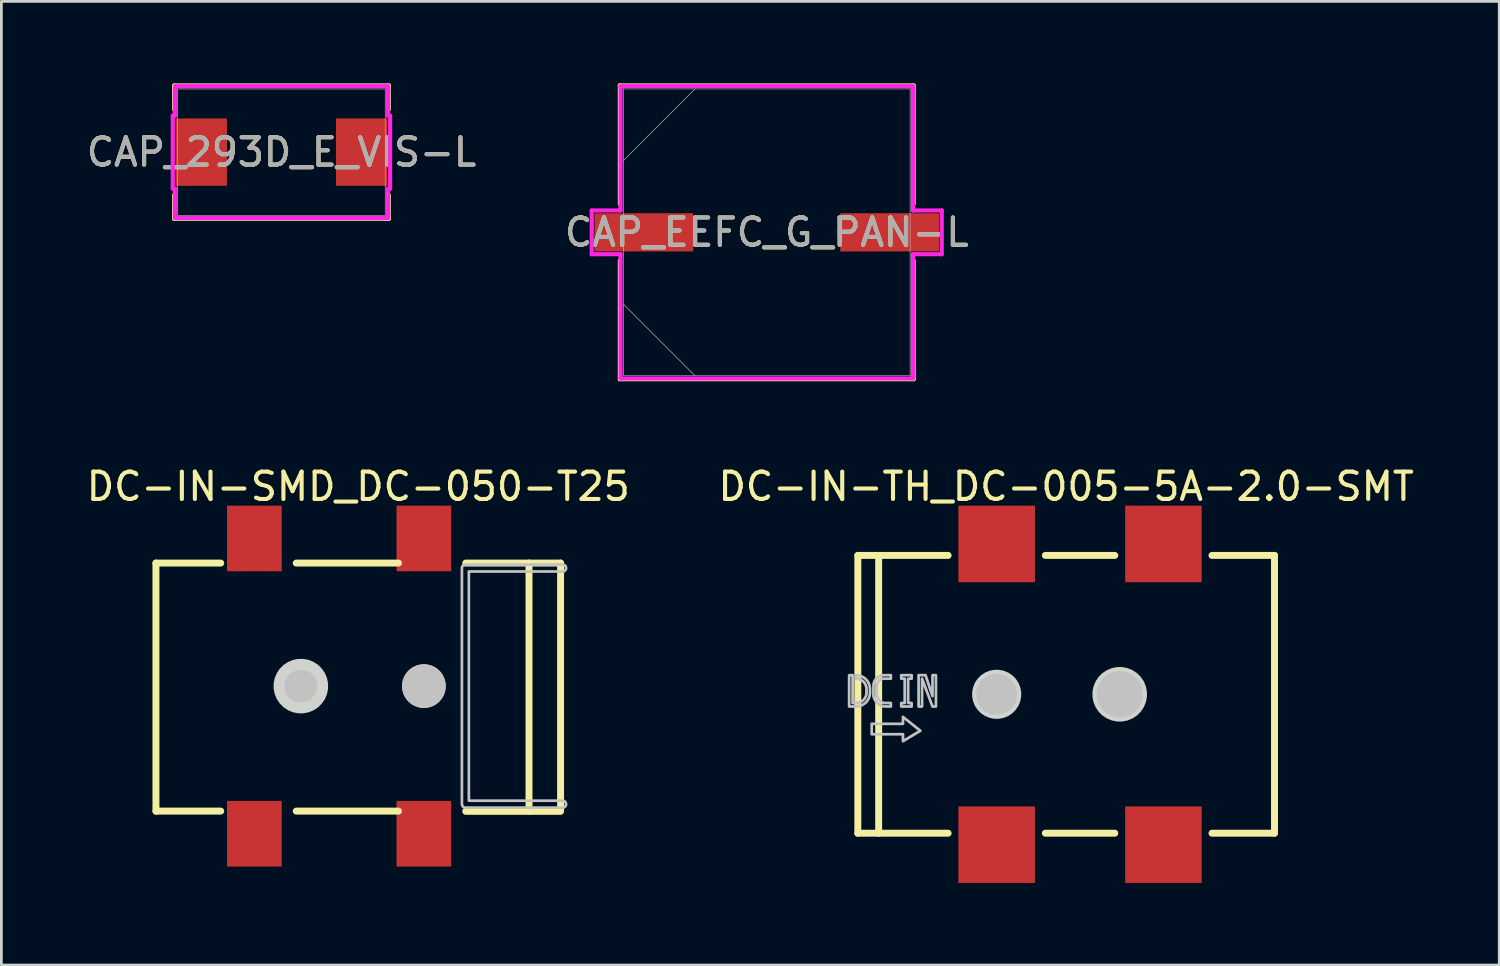
<source format=kicad_pcb>
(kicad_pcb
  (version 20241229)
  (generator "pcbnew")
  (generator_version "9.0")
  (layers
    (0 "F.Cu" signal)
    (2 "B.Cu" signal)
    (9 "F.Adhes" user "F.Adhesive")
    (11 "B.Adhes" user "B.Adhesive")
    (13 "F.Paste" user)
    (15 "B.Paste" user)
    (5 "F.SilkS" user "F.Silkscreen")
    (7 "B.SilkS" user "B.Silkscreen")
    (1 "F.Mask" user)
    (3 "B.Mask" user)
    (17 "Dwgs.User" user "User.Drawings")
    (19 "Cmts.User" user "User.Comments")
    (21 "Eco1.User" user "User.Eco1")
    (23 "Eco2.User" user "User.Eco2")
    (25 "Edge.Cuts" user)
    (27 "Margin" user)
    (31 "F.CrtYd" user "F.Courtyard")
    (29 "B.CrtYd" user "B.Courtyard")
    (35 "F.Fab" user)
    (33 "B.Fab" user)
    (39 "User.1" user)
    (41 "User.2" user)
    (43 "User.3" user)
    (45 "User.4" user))
  (footprint "DC-IN-TH_DC-005-5A-2.0-SMT"
    (layer "F.Cu")
    (at 36.454 22.345)
    (property "Reference" "DC-IN-TH_DC-005-5A-2.0-SMT" (at -0.508 -7.601 0) (layer "F.SilkS") (effects (font (size 1 1) (thickness 0.15))))
    (fp_line (start -8.128 -5.08) (end -8.128 5.08) (stroke (width 0.254) (type default)) (layer "F.SilkS"))
    (fp_line (start -8.128 5.08) (end -4.826 5.08) (stroke (width 0.254) (type default)) (layer "F.SilkS"))
    (fp_line (start -7.366 -5.08) (end -7.366 5.08) (stroke (width 0.254) (type default)) (layer "F.SilkS"))
    (fp_line (start -4.826 -5.08) (end -8.128 -5.08) (stroke (width 0.254) (type default)) (layer "F.SilkS"))
    (fp_line (start -1.27 -5.08) (end 1.27 -5.08) (stroke (width 0.254) (type default)) (layer "F.SilkS"))
    (fp_line (start -1.27 5.08) (end 1.27 5.08) (stroke (width 0.254) (type default)) (layer "F.SilkS"))
    (fp_line (start 4.826 5.08) (end 7.112 5.08) (stroke (width 0.254) (type default)) (layer "F.SilkS"))
    (fp_line (start 7.112 -5.08) (end 4.826 -5.08) (stroke (width 0.254) (type default)) (layer "F.SilkS"))
    (fp_line (start 7.112 5.08) (end 7.112 -5.08) (stroke (width 0.254) (type default)) (layer "F.SilkS"))
    (fp_circle (center -3.05 -0.001) (end -2.675 -0.001) (stroke (width 0.75) (type default)) (fill no) (layer "Dwgs.User"))
    (fp_circle (center 1.45 -0.001) (end 1.875 -0.001) (stroke (width 0.85) (type default)) (fill no) (layer "Dwgs.User"))
    (fp_poly (pts (xy -7.62 1.079) (xy -6.477 1.079) (xy -6.477 0.826) (xy -5.842 1.333) (xy -6.477 1.714) (xy -6.477 1.46) (xy -7.62 1.46)) (stroke (width 0.1) (type default)) (fill no) (layer "Dwgs.User"))
    (fp_poly (pts (xy -5.905 -0.699) (xy -5.905 0.445) (xy -5.779 0.445) (xy -5.779 -0.572) (xy -5.397 0.445) (xy -5.271 0.445) (xy -5.271 -0.699) (xy -5.397 -0.699) (xy -5.397 0.064) (xy -5.652 -0.699)) (stroke (width 0.1) (type default)) (fill no) (layer "Dwgs.User"))
    (fp_poly (pts (xy -6.54 -0.699) (xy -6.54 -0.572) (xy -6.413 -0.572) (xy -6.413 0.318) (xy -6.54 0.318) (xy -6.54 0.445) (xy -6.16 0.445) (xy -6.16 0.318) (xy -6.287 0.318) (xy -6.287 -0.572) (xy -6.16 -0.572) (xy -6.16 -0.699)) (stroke (width 0.1) (type default)) (fill no) (layer "Dwgs.User"))
    (fp_poly (pts (xy -7.048 -0.699) (arc (start -7.1755 -0.6985) (mid -7.444908 -0.586908) (end -7.5565 -0.3175)) (arc (start -7.5565 0.0635) (mid -7.42068 0.30868) (end -7.1755 0.4445)) (xy -6.921 0.445) (xy -6.921 0.318) (arc (start -7.1755 0.3175) (mid -7.334324 0.222324) (end -7.4295 0.0635)) (arc (start -7.4295 -0.3175) (mid -7.355105 -0.497105) (end -7.1755 -0.5715)) (xy -6.921 -0.572) (xy -6.921 -0.699)) (stroke (width 0.1) (type default)) (fill no) (layer "Dwgs.User"))
    (fp_poly (pts (xy -8.445 -0.699) (xy -8.445 0.445) (arc (start -8.1915 0.4445) (mid -7.83229 0.29571) (end -7.6835 -0.0635)) (arc (start -7.6835 -0.1905) (mid -7.83229 -0.54971) (end -8.1915 -0.6985)) (arc (start -8.1915 -0.5715) (mid -7.922092 -0.459908) (end -7.8105 -0.1905)) (arc (start -7.8105 -0.0635) (mid -7.922092 0.205908) (end -8.1915 0.3175)) (xy -8.319 0.318) (xy -8.319 -0.699)) (stroke (width 0.1) (type default)) (fill no) (layer "Dwgs.User"))
    (fp_poly (pts (xy -2.154 -0.089) (xy -2.189 -0.262) (xy -2.256 -0.425) (xy -2.354 -0.571) (xy -2.479 -0.696) (xy -2.626 -0.794) (xy -2.789 -0.862) (xy -2.962 -0.896) (xy -3.138 -0.896) (xy -3.311 -0.862) (xy -3.474 -0.794) (xy -3.621 -0.696) (xy -3.746 -0.571) (xy -3.844 -0.425) (xy -3.911 -0.262) (xy -3.946 -0.089) (xy -3.946 0.088) (xy -3.911 0.261) (xy -3.844 0.424) (xy -3.746 0.57) (xy -3.621 0.695) (xy -3.474 0.793) (xy -3.311 0.861) (xy -3.138 0.895) (xy -2.962 0.895) (xy -2.789 0.861) (xy -2.626 0.793) (xy -2.479 0.695) (xy -2.354 0.57) (xy -2.256 0.424) (xy -2.189 0.261) (xy -2.154 0.088)) (stroke (width 0) (type default)) (fill yes) (layer "Edge.Cuts"))
    (fp_poly (pts (xy 2.445 -0.099) (xy 2.407 -0.291) (xy 2.332 -0.472) (xy 2.223 -0.635) (xy 2.084 -0.774) (xy 1.921 -0.882) (xy 1.74 -0.957) (xy 1.548 -0.996) (xy 1.352 -0.996) (xy 1.16 -0.957) (xy 0.979 -0.882) (xy 0.816 -0.774) (xy 0.677 -0.635) (xy 0.568 -0.472) (xy 0.493 -0.291) (xy 0.455 -0.099) (xy 0.455 0.098) (xy 0.493 0.29) (xy 0.568 0.471) (xy 0.677 0.634) (xy 0.816 0.773) (xy 0.979 0.881) (xy 1.16 0.956) (xy 1.352 0.995) (xy 1.548 0.995) (xy 1.74 0.956) (xy 1.921 0.881) (xy 2.084 0.773) (xy 2.223 0.634) (xy 2.332 0.471) (xy 2.407 0.29) (xy 2.445 0.098)) (stroke (width 0) (type default)) (fill yes) (layer "Edge.Cuts"))
    (fp_poly (pts (xy -3.8 -4.499) (xy -3.8 -6.299) (xy -2.3 -6.299) (xy -2.3 -4.499)) (stroke (width 0.1) (type default)) (fill no) (layer "User.1"))
    (fp_poly (pts (xy -3.8 6.293) (xy -3.8 4.494) (xy -2.3 4.494) (xy -2.3 6.293)) (stroke (width 0.1) (type default)) (fill no) (layer "User.1"))
    (fp_poly (pts (xy 2.3 -4.499) (xy 2.3 -6.299) (xy 3.8 -6.299) (xy 3.8 -4.499)) (stroke (width 0.1) (type default)) (fill no) (layer "User.1"))
    (fp_poly (pts (xy 2.3 6.293) (xy 2.3 4.494) (xy 3.8 4.494) (xy 3.8 6.293)) (stroke (width 0.1) (type default)) (fill no) (layer "User.1"))
    (fp_line (start -8.05 -4.503) (end 5.65 -4.503) (stroke (width 0.051) (type default)) (layer "User.2"))
    (fp_line (start -8.05 4.497) (end -8.05 -4.503) (stroke (width 0.051) (type default)) (layer "User.2"))
    (fp_line (start 5.65 -4.503) (end 5.65 1.49) (stroke (width 0.051) (type default)) (layer "User.2"))
    (fp_line (start 5.65 1.49) (end 6.75 1.5) (stroke (width 0.051) (type default)) (layer "User.2"))
    (fp_line (start 6.75 1.5) (end 6.75 4.497) (stroke (width 0.051) (type default)) (layer "User.2"))
    (fp_line (start 6.75 4.497) (end -8.05 4.497) (stroke (width 0.051) (type default)) (layer "User.2"))
    (fp_poly (pts (xy -7.995 -6.322) (xy -8.027 -6.354) (xy -8.073 -6.354) (xy -8.105 -6.322) (xy -8.105 -6.276) (xy -8.073 -6.244) (xy -8.027 -6.244) (xy -7.995 -6.276)) (stroke (width 0.1) (type default)) (fill no) (layer "User.3"))
    (pad "1" smd rect (at -3.05 -5.5) (size 2.8 2.8) (layers "F.Cu" "F.Mask" "F.Paste"))
    (pad "1" smd rect (at 3.05 -5.5) (size 2.8 2.8) (layers "F.Cu" "F.Mask" "F.Paste"))
    (pad "2" smd rect (at -3.05 5.5) (size 2.8 2.8) (layers "F.Cu" "F.Mask" "F.Paste"))
    (pad "3" smd rect (at 3.05 5.5) (size 2.8 2.8) (layers "F.Cu" "F.Mask" "F.Paste")))
  (footprint "CAP_EEFC_G_PAN-L"
    (layer "F.Cu")
    (at 24.994 5.448)
    (property "Reference" "CAP_EEFC_G_PAN-L" (at 0 0 0) (unlocked yes) (layer "F.SilkS") (effects (font (size 1 1) (thickness 0.15))))
    (attr smd)
    (fp_line (start -5.372 -5.372) (end -5.372 -1.031) (stroke (width 0.152) (type solid)) (layer "F.SilkS"))
    (fp_line (start -5.372 1.031) (end -5.372 5.372) (stroke (width 0.152) (type solid)) (layer "F.SilkS"))
    (fp_line (start -5.372 5.372) (end 5.372 5.372) (stroke (width 0.152) (type solid)) (layer "F.SilkS"))
    (fp_line (start 5.372 -5.372) (end -5.372 -5.372) (stroke (width 0.152) (type solid)) (layer "F.SilkS"))
    (fp_line (start 5.372 -1.031) (end 5.372 -5.372) (stroke (width 0.152) (type solid)) (layer "F.SilkS"))
    (fp_line (start 5.372 5.372) (end 5.372 1.031) (stroke (width 0.152) (type solid)) (layer "F.SilkS"))
    (fp_line (start -6.401 -0.8) (end -5.347 -0.8) (stroke (width 0.152) (type solid)) (layer "F.CrtYd"))
    (fp_line (start -6.401 0.8) (end -6.401 -0.8) (stroke (width 0.152) (type solid)) (layer "F.CrtYd"))
    (fp_line (start -5.347 -5.347) (end 5.347 -5.347) (stroke (width 0.152) (type solid)) (layer "F.CrtYd"))
    (fp_line (start -5.347 -0.8) (end -5.347 -5.347) (stroke (width 0.152) (type solid)) (layer "F.CrtYd"))
    (fp_line (start -5.347 0.8) (end -6.401 0.8) (stroke (width 0.152) (type solid)) (layer "F.CrtYd"))
    (fp_line (start -5.347 5.347) (end -5.347 0.8) (stroke (width 0.152) (type solid)) (layer "F.CrtYd"))
    (fp_line (start 5.347 -5.347) (end 5.347 -0.8) (stroke (width 0.152) (type solid)) (layer "F.CrtYd"))
    (fp_line (start 5.347 -0.8) (end 6.401 -0.8) (stroke (width 0.152) (type solid)) (layer "F.CrtYd"))
    (fp_line (start 5.347 0.8) (end 5.347 5.347) (stroke (width 0.152) (type solid)) (layer "F.CrtYd"))
    (fp_line (start 5.347 5.347) (end -5.347 5.347) (stroke (width 0.152) (type solid)) (layer "F.CrtYd"))
    (fp_line (start 6.401 -0.8) (end 6.401 0.8) (stroke (width 0.152) (type solid)) (layer "F.CrtYd"))
    (fp_line (start 6.401 0.8) (end 5.347 0.8) (stroke (width 0.152) (type solid)) (layer "F.CrtYd"))
    (fp_line (start -5.245 -5.245) (end -5.245 5.245) (stroke (width 0.025) (type solid)) (layer "F.Fab"))
    (fp_line (start -5.245 -2.623) (end -2.623 -5.245) (stroke (width 0.025) (type solid)) (layer "F.Fab"))
    (fp_line (start -5.245 2.623) (end -2.623 5.245) (stroke (width 0.025) (type solid)) (layer "F.Fab"))
    (fp_line (start -5.245 5.245) (end 5.245 5.245) (stroke (width 0.025) (type solid)) (layer "F.Fab"))
    (fp_line (start 5.245 -5.245) (end -5.245 -5.245) (stroke (width 0.025) (type solid)) (layer "F.Fab"))
    (fp_line (start 5.245 5.245) (end 5.245 -5.245) (stroke (width 0.025) (type solid)) (layer "F.Fab"))
    (fp_text user "${REFERENCE}" (at 0 0 0) (unlocked yes) (layer "F.Fab") (effects (font (size 1 1) (thickness 0.15))))
    (pad "1" smd rect (at -4.496 0) (size 3.607 1.397) (layers "F.Cu" "F.Mask" "F.Paste"))
    (pad "2" smd rect (at 4.496 0) (size 3.607 1.397) (layers "F.Cu" "F.Mask" "F.Paste"))
    (zone (net_name "") (layer "F.Cu") (hatch full 0.508) (connect_pads) (min_thickness 0.254) (filled_areas_thickness no) (keepout (tracks not_allowed) (vias not_allowed) (pads allowed) (copperpour not_allowed) (footprints allowed)) (placement (enabled no)) (fill) (polygon (pts (xy 19.8 0.254) (xy 30.188 0.254) (xy 30.188 4.699) (xy 19.8 4.699))))
    (zone (net_name "") (layer "F.Cu") (hatch full 0.508) (connect_pads) (min_thickness 0.254) (filled_areas_thickness no) (keepout (tracks not_allowed) (vias not_allowed) (pads allowed) (copperpour not_allowed) (footprints allowed)) (placement (enabled no)) (fill) (polygon (pts (xy 19.8 6.198) (xy 30.188 6.198) (xy 30.188 10.643) (xy 19.8 10.643))))
    (zone (net_name "") (layer "F.Cu") (hatch full 0.508) (connect_pads) (min_thickness 0.254) (filled_areas_thickness no) (keepout (tracks not_allowed) (vias not_allowed) (pads allowed) (copperpour not_allowed) (footprints allowed)) (placement (enabled no)) (fill) (polygon (pts (xy 22.352 4.699) (xy 27.636 4.699) (xy 27.636 6.198) (xy 22.352 6.198)))))
  (footprint "DC-IN-SMD_DC-050-T25"
    (layer "F.Cu")
    (at 9.354 22.045)
    (property "Reference" "DC-IN-SMD_DC-050-T25" (at 0.7 -7.3 0) (layer "F.SilkS") (effects (font (size 1 1) (thickness 0.15))))
    (fp_line (start -6.7 -4.5) (end -6.7 4.572) (stroke (width 0.254) (type default)) (layer "F.SilkS"))
    (fp_line (start -6.7 4.572) (end -4.331 4.572) (stroke (width 0.254) (type default)) (layer "F.SilkS"))
    (fp_line (start -4.331 -4.5) (end -6.7 -4.5) (stroke (width 0.254) (type default)) (layer "F.SilkS"))
    (fp_line (start -1.569 4.572) (end 2.169 4.572) (stroke (width 0.254) (type default)) (layer "F.SilkS"))
    (fp_line (start 2.169 -4.5) (end -1.569 -4.5) (stroke (width 0.254) (type default)) (layer "F.SilkS"))
    (fp_line (start 4.631 4.58) (end 8.1 4.58) (stroke (width 0.254) (type default)) (layer "F.SilkS"))
    (fp_line (start 6.945 -4.5) (end 6.945 4.572) (stroke (width 0.254) (type default)) (layer "F.SilkS"))
    (fp_line (start 8.1 -4.5) (end 4.631 -4.5) (stroke (width 0.254) (type default)) (layer "F.SilkS"))
    (fp_line (start 8.1 4.5) (end 8.1 -4.5) (stroke (width 0.254) (type default)) (layer "F.SilkS"))
    (fp_circle (center -1.4 0) (end -1.1 0) (stroke (width 0.6) (type default)) (fill no) (layer "Dwgs.User"))
    (fp_circle (center 3.1 0) (end 3.5 0) (stroke (width 0.8) (type default)) (fill no) (layer "Dwgs.User"))
    (fp_poly (pts (arc (start 8.174 -4.445) (mid 8.301 -4.318) (end 8.174 -4.191)) (xy 4.745 -4.191) (xy 4.745 4.191) (arc (start 8.174 4.191) (mid 8.301 4.318) (end 8.174 4.445)) (arc (start 4.618 4.445) (mid 4.528197 4.407803) (end 4.491 4.318)) (arc (start 4.491 -4.318) (mid 4.528197 -4.407803) (end 4.618 -4.445))) (stroke (width 0.1) (type default)) (fill no) (layer "Dwgs.User"))
    (fp_poly (pts (xy -0.405 -0.098) (xy -0.443 -0.29) (xy -0.518 -0.471) (xy -0.627 -0.634) (xy -0.766 -0.773) (xy -0.929 -0.882) (xy -1.11 -0.957) (xy -1.302 -0.995) (xy -1.498 -0.995) (xy -1.69 -0.957) (xy -1.871 -0.882) (xy -2.034 -0.773) (xy -2.173 -0.634) (xy -2.282 -0.471) (xy -2.357 -0.29) (xy -2.395 -0.098) (xy -2.395 0.098) (xy -2.357 0.29) (xy -2.282 0.471) (xy -2.173 0.634) (xy -2.034 0.773) (xy -1.871 0.882) (xy -1.69 0.957) (xy -1.498 0.995) (xy -1.302 0.995) (xy -1.11 0.957) (xy -0.929 0.882) (xy -0.766 0.773) (xy -0.627 0.634) (xy -0.518 0.471) (xy -0.443 0.29) (xy -0.405 0.098)) (stroke (width 0) (type default)) (fill yes) (layer "Edge.Cuts"))
    (fp_poly (pts (xy 3.896 -0.078) (xy 3.866 -0.232) (xy 3.806 -0.377) (xy 3.718 -0.508) (xy 3.608 -0.618) (xy 3.477 -0.706) (xy 3.332 -0.766) (xy 3.178 -0.796) (xy 3.022 -0.796) (xy 2.868 -0.766) (xy 2.723 -0.706) (xy 2.592 -0.618) (xy 2.482 -0.508) (xy 2.394 -0.377) (xy 2.334 -0.232) (xy 2.304 -0.078) (xy 2.304 0.078) (xy 2.334 0.232) (xy 2.394 0.377) (xy 2.482 0.508) (xy 2.592 0.618) (xy 2.723 0.706) (xy 2.868 0.766) (xy 3.022 0.796) (xy 3.178 0.796) (xy 3.332 0.766) (xy 3.477 0.706) (xy 3.608 0.618) (xy 3.718 0.508) (xy 3.806 0.377) (xy 3.866 0.232) (xy 3.896 0.078)) (stroke (width 0) (type default)) (fill yes) (layer "Edge.Cuts"))
    (fp_poly (pts (xy -3.85 -6.353) (xy -2.35 -6.353) (xy -2.35 -4.353) (xy -3.85 -4.353)) (stroke (width 0.1) (type default)) (fill no) (layer "User.1"))
    (fp_poly (pts (xy -3.85 4.355) (xy -2.35 4.355) (xy -2.35 6.355) (xy -3.85 6.355)) (stroke (width 0.1) (type default)) (fill no) (layer "User.1"))
    (fp_poly (pts (xy 2.35 -6.353) (xy 3.85 -6.353) (xy 3.85 -4.353) (xy 2.35 -4.353)) (stroke (width 0.1) (type default)) (fill no) (layer "User.1"))
    (fp_poly (pts (xy 2.35 4.355) (xy 3.85 4.355) (xy 3.85 6.355) (xy 2.35 6.355)) (stroke (width 0.1) (type default)) (fill no) (layer "User.1"))
    (fp_line (start -6.7 -4.45) (end -6.7 4.45) (stroke (width 0.051) (type default)) (layer "User.2"))
    (fp_line (start -6.7 4.45) (end 8.1 4.45) (stroke (width 0.051) (type default)) (layer "User.2"))
    (fp_line (start 8.1 -4.45) (end -6.7 -4.45) (stroke (width 0.051) (type default)) (layer "User.2"))
    (fp_line (start 8.1 4.45) (end 8.1 -4.45) (stroke (width 0.051) (type default)) (layer "User.2"))
    (fp_poly (pts (xy -6.645 6.332) (xy -6.677 6.3) (xy -6.723 6.3) (xy -6.755 6.332) (xy -6.755 6.378) (xy -6.723 6.41) (xy -6.677 6.41) (xy -6.645 6.378)) (stroke (width 0.1) (type default)) (fill no) (layer "User.3"))
    (pad "1" smd rect (at -3.1 5.4) (size 2 2.4) (layers "F.Cu" "F.Mask" "F.Paste"))
    (pad "1" smd rect (at 3.1 5.4) (size 2 2.4) (layers "F.Cu" "F.Mask" "F.Paste"))
    (pad "2" smd rect (at 3.1 -5.4) (size 2 2.4) (layers "F.Cu" "F.Mask" "F.Paste"))
    (pad "3" smd rect (at -3.1 -5.4) (size 2 2.4) (layers "F.Cu" "F.Mask" "F.Paste")))
  (footprint "CAP_293D_E_VIS-L"
    (layer "F.Cu")
    (at 7.244 2.515)
    (property "Reference" "CAP_293D_E_VIS-L" (at 0 0 0) (unlocked yes) (layer "F.SilkS") (effects (font (size 1 1) (thickness 0.15))))
    (attr smd)
    (fp_line (start -3.924 -2.438) (end -3.924 -1.561) (stroke (width 0.152) (type solid)) (layer "F.SilkS"))
    (fp_line (start -3.924 1.561) (end -3.924 2.438) (stroke (width 0.152) (type solid)) (layer "F.SilkS"))
    (fp_line (start -3.924 2.438) (end 3.924 2.438) (stroke (width 0.152) (type solid)) (layer "F.SilkS"))
    (fp_line (start 3.924 -2.438) (end -3.924 -2.438) (stroke (width 0.152) (type solid)) (layer "F.SilkS"))
    (fp_line (start 3.924 -1.561) (end 3.924 -2.438) (stroke (width 0.152) (type solid)) (layer "F.SilkS"))
    (fp_line (start 3.924 2.438) (end 3.924 1.561) (stroke (width 0.152) (type solid)) (layer "F.SilkS"))
    (fp_line (start -3.975 -1.333) (end -3.899 -1.333) (stroke (width 0.152) (type solid)) (layer "F.CrtYd"))
    (fp_line (start -3.975 1.333) (end -3.975 -1.333) (stroke (width 0.152) (type solid)) (layer "F.CrtYd"))
    (fp_line (start -3.899 -2.413) (end 3.899 -2.413) (stroke (width 0.152) (type solid)) (layer "F.CrtYd"))
    (fp_line (start -3.899 -1.333) (end -3.899 -2.413) (stroke (width 0.152) (type solid)) (layer "F.CrtYd"))
    (fp_line (start -3.899 1.333) (end -3.975 1.333) (stroke (width 0.152) (type solid)) (layer "F.CrtYd"))
    (fp_line (start -3.899 2.413) (end -3.899 1.333) (stroke (width 0.152) (type solid)) (layer "F.CrtYd"))
    (fp_line (start 3.899 -2.413) (end 3.899 -1.333) (stroke (width 0.152) (type solid)) (layer "F.CrtYd"))
    (fp_line (start 3.899 -1.333) (end 3.975 -1.333) (stroke (width 0.152) (type solid)) (layer "F.CrtYd"))
    (fp_line (start 3.899 1.333) (end 3.899 2.413) (stroke (width 0.152) (type solid)) (layer "F.CrtYd"))
    (fp_line (start 3.899 2.413) (end -3.899 2.413) (stroke (width 0.152) (type solid)) (layer "F.CrtYd"))
    (fp_line (start 3.975 -1.333) (end 3.975 1.333) (stroke (width 0.152) (type solid)) (layer "F.CrtYd"))
    (fp_line (start 3.975 1.333) (end 3.899 1.333) (stroke (width 0.152) (type solid)) (layer "F.CrtYd"))
    (fp_line (start -3.797 -2.311) (end -3.797 2.311) (stroke (width 0.025) (type solid)) (layer "F.Fab"))
    (fp_line (start -3.797 2.311) (end 3.797 2.311) (stroke (width 0.025) (type solid)) (layer "F.Fab"))
    (fp_line (start 3.797 -2.311) (end -3.797 -2.311) (stroke (width 0.025) (type solid)) (layer "F.Fab"))
    (fp_line (start 3.797 2.311) (end 3.797 -2.311) (stroke (width 0.025) (type solid)) (layer "F.Fab"))
    (fp_text user "${REFERENCE}" (at 0 0 0) (unlocked yes) (layer "F.Fab") (effects (font (size 1 1) (thickness 0.15))))
    (pad "1" smd rect (at -2.934 0 90) (size 2.464 1.88) (layers "F.Cu" "F.Mask" "F.Paste"))
    (pad "2" smd rect (at 2.934 0 90) (size 2.464 1.88) (layers "F.Cu" "F.Mask" "F.Paste"))
    (zone (net_name "") (layer "F.Cu") (hatch full 0.508) (connect_pads) (min_thickness 0.254) (filled_areas_thickness no) (keepout (tracks not_allowed) (vias not_allowed) (pads allowed) (copperpour not_allowed) (footprints allowed)) (placement (enabled no)) (fill) (polygon (pts (xy 3.498 0.254) (xy 10.991 0.254) (xy 10.991 1.206) (xy 3.498 1.206))))
    (zone (net_name "") (layer "F.Cu") (hatch full 0.508) (connect_pads) (min_thickness 0.254) (filled_areas_thickness no) (keepout (tracks not_allowed) (vias not_allowed) (pads allowed) (copperpour not_allowed) (footprints allowed)) (placement (enabled no)) (fill) (polygon (pts (xy 3.498 3.823) (xy 10.991 3.823) (xy 10.991 4.775) (xy 3.498 4.775))))
    (zone (net_name "") (layer "F.Cu") (hatch full 0.508) (connect_pads) (min_thickness 0.254) (filled_areas_thickness no) (keepout (tracks not_allowed) (vias not_allowed) (pads allowed) (copperpour not_allowed) (footprints allowed)) (placement (enabled no)) (fill) (polygon (pts (xy 5.301 1.206) (xy 9.187 1.206) (xy 9.187 3.823) (xy 5.301 3.823)))))
  (gr_rect
    (start -3 -3)
    (end 51.786 32.246)
    (stroke (width 0.1) (type default))
    (fill no)
    (layer "Edge.Cuts")))
</source>
